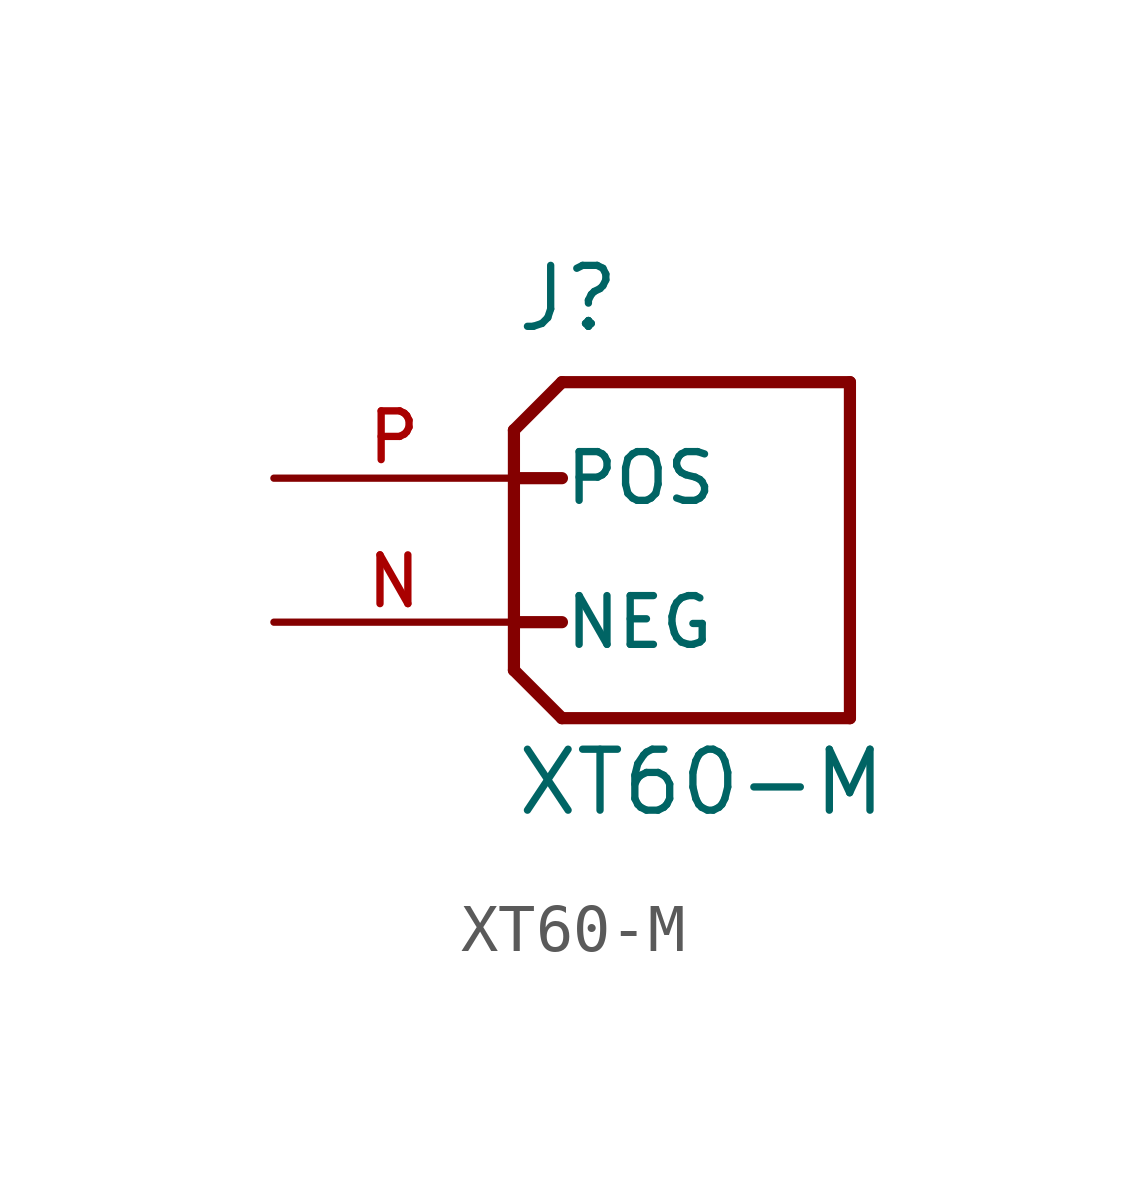
<source format=kicad_sym>
(kicad_symbol_lib
  (version 20220914)
  (generator kicad_symbol_editor)
  (symbol "XT60-M"
    (pin_names
      (offset 1.016))
    (property "Reference" "J"
      (at 0 5 0)
      (effects (font (size 1.27 1.27)) (justify left bottom)))
    (property "Value" "XT60-M"
      (at 0 -5.08 0)
      (effects (font (size 1.27 1.27)) (justify left bottom)))
    (symbol "XT60-M_0_0"
      (polyline (pts (xy 0 -2) (xy 0 3)) (stroke (width 0.254) (type default)) (fill (type none)))
      (polyline (pts (xy 0 -2) (xy 1 -3)) (stroke (width 0.254) (type default)) (fill (type none)))
      (polyline (pts (xy 0 -1) (xy 1 -1)) (stroke (width 0.254) (type default)) (fill (type none)))
      (polyline (pts (xy 0 2) (xy 1 2)) (stroke (width 0.254) (type default)) (fill (type none)))
      (polyline (pts (xy 0 3) (xy 1 4)) (stroke (width 0.254) (type default)) (fill (type none)))
      (polyline (pts (xy 1 -3) (xy 7 -3)) (stroke (width 0.254) (type default)) (fill (type none)))
      (polyline (pts (xy 7 -3) (xy 7 4)) (stroke (width 0.254) (type default)) (fill (type none)))
      (polyline (pts (xy 7 4) (xy 1 4)) (stroke (width 0.254) (type default)) (fill (type none))))
    (symbol "XT60-M_1_0"
      (pin passive line (at -5 -1 0) (length 5) (name "NEG" (effects (font (size 1.016 1.016)))) (number "N" (effects (font (size 1.016 1.016)))))
      (pin passive line (at -5 2 0) (length 5) (name "POS" (effects (font (size 1.016 1.016)))) (number "P" (effects (font (size 1.016 1.016))))))))
</source>
